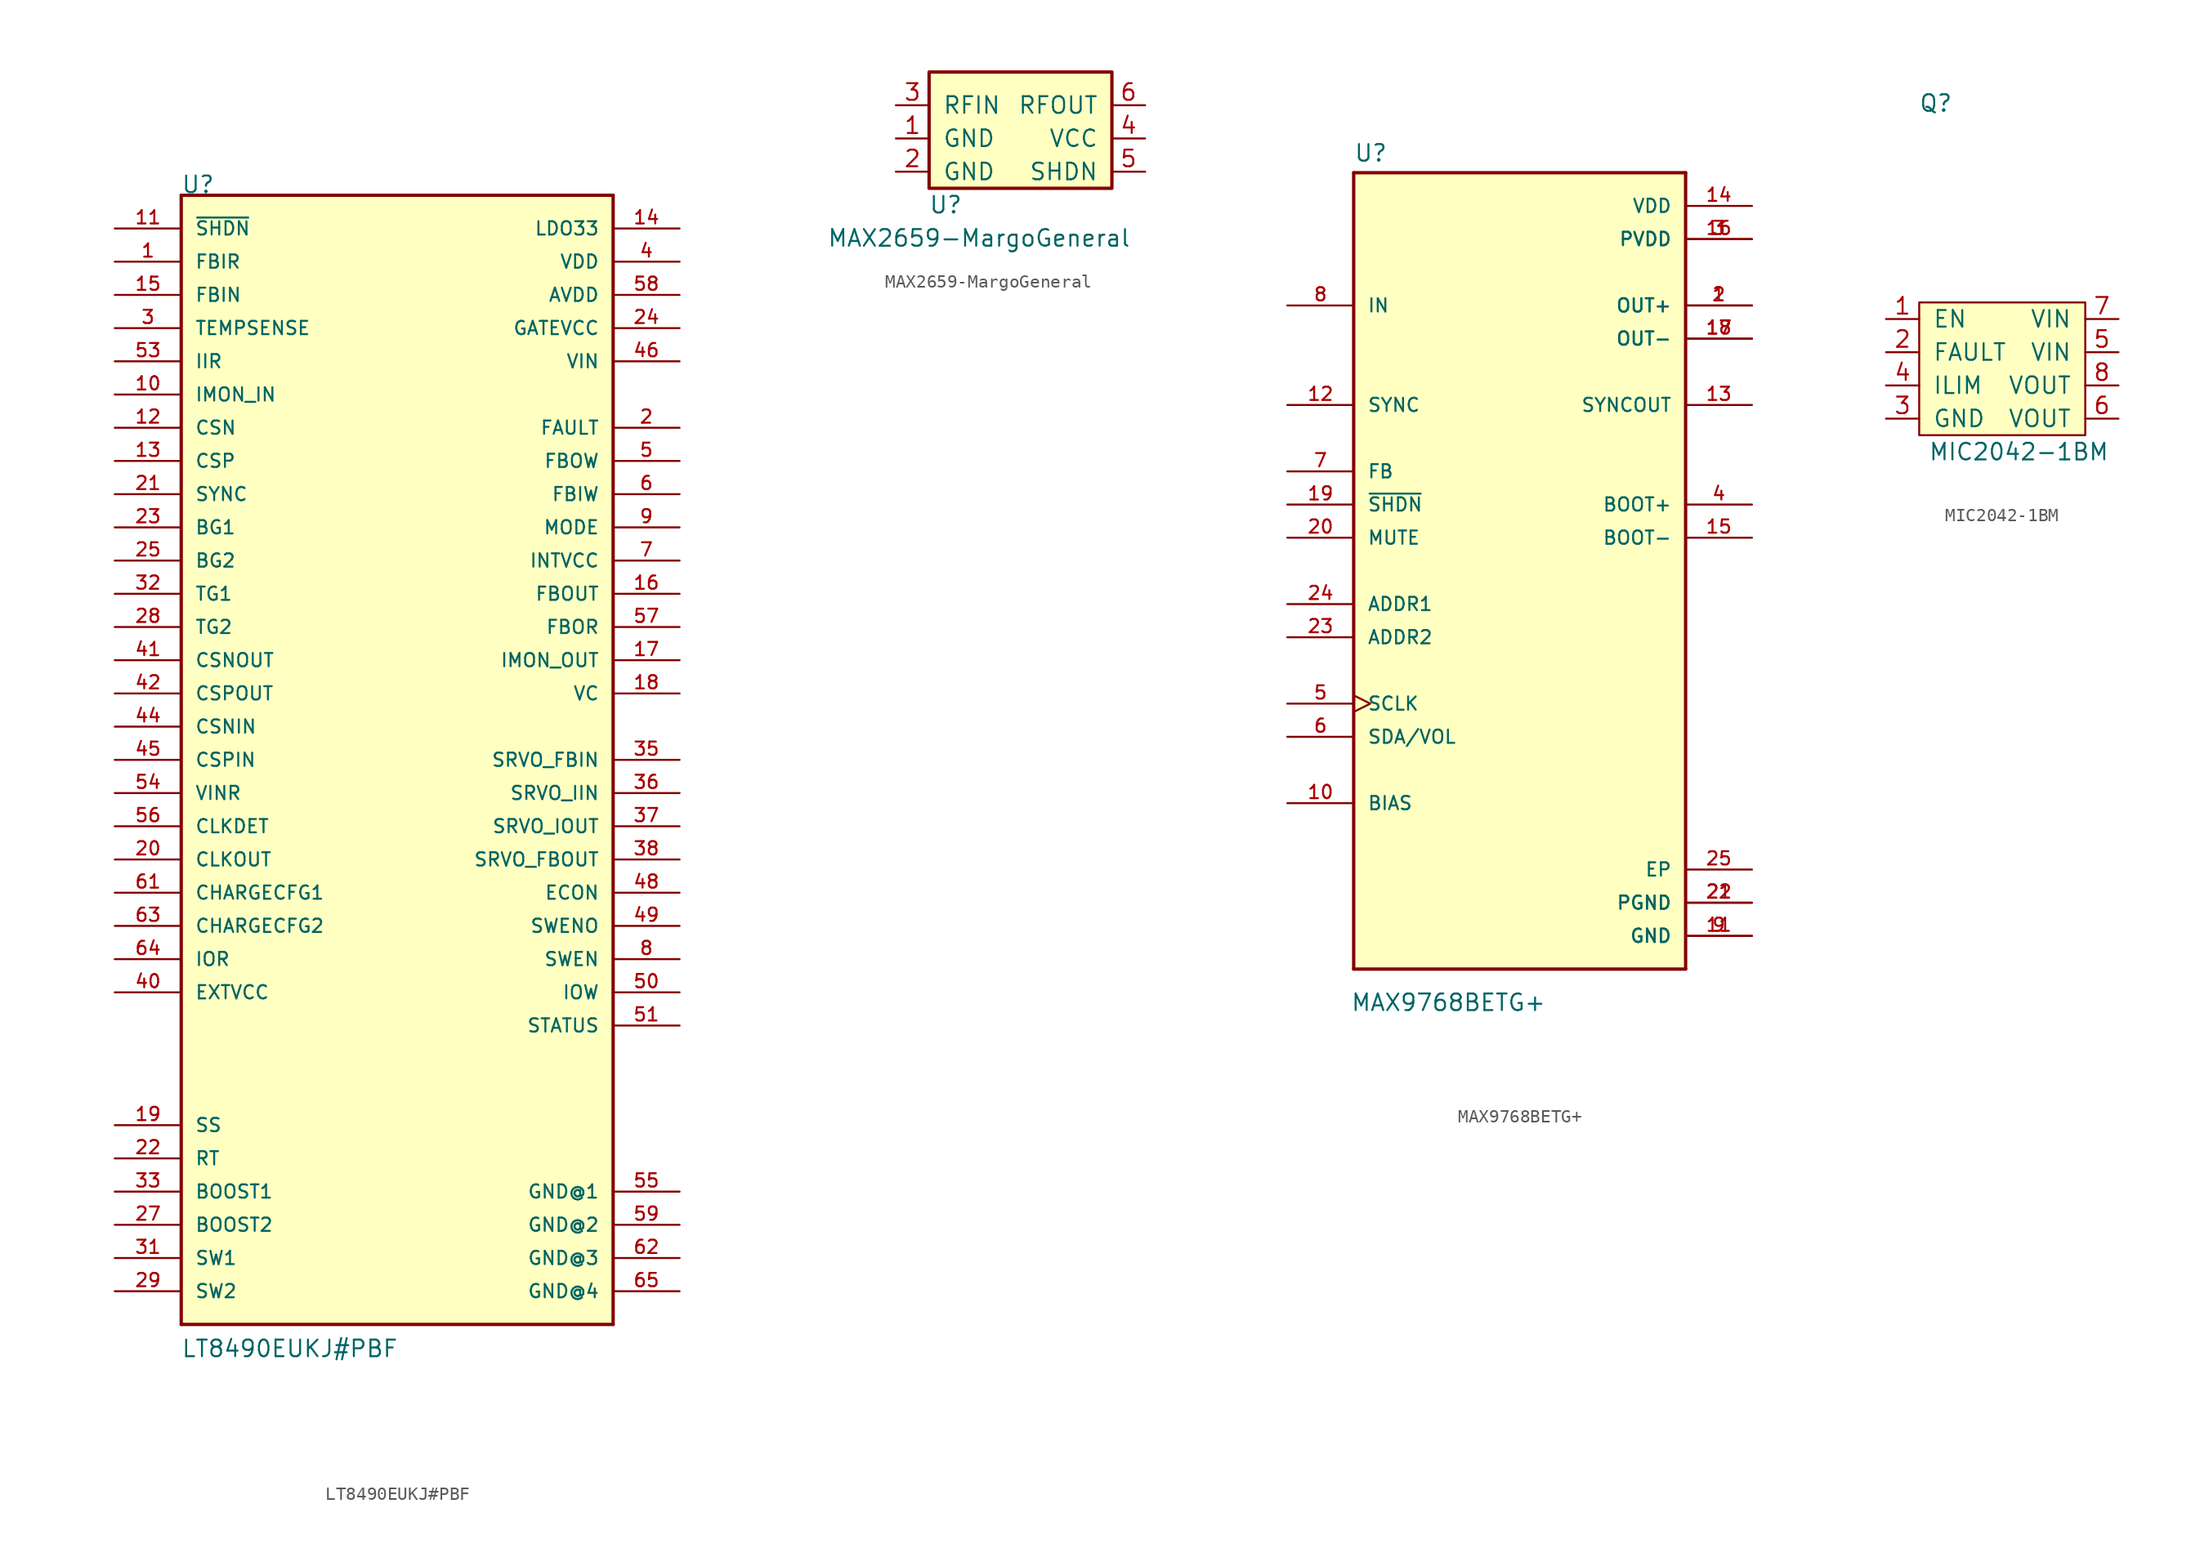
<source format=kicad_sym>
(kicad_symbol_lib
  (version 20211014)
  (generator kicad_symbol_editor)
  (symbol "LT8490EUKJ#PBF"
    (pin_names
      (offset 1.016))
    (property "Reference" "U"
      (at -15.265 40.716 0)
      (effects (font (size 1.27 1.27)) (justify left bottom)))
    (property "Value" "LT8490EUKJ#PBF"
      (at -15.265 -48.311 0)
      (effects (font (size 1.27 1.27)) (justify left bottom)))
    (property "ki_locked" ""
      (at 0 0 0)
      (effects (font (size 1.27 1.27))))
    (symbol "LT8490EUKJ#PBF_0_0"
      (polyline (pts (xy -15.24 -45.72) (xy -15.24 40.64)) (stroke (width 0.254) (type default) (color 0 0 0 0)) (fill (type none)))
      (polyline (pts (xy -15.24 40.64) (xy 17.78 40.64)) (stroke (width 0.254) (type default) (color 0 0 0 0)) (fill (type none)))
      (polyline (pts (xy 17.78 -45.72) (xy -15.24 -45.72)) (stroke (width 0.254) (type default) (color 0 0 0 0)) (fill (type none)))
      (polyline (pts (xy 17.78 40.64) (xy 17.78 -45.72)) (stroke (width 0.254) (type default) (color 0 0 0 0)) (fill (type none)))
      (pin input line (at -20.32 35.56 0) (length 5.08) (name "FBIR" (effects (font (size 1.016 1.016)))) (number "1" (effects (font (size 1.016 1.016)))))
      (pin input line (at -20.32 25.4 0) (length 5.08) (name "IMON_IN" (effects (font (size 1.016 1.016)))) (number "10" (effects (font (size 1.016 1.016)))))
      (pin input line (at -20.32 38.1 0) (length 5.08) (name "~{SHDN}" (effects (font (size 1.016 1.016)))) (number "11" (effects (font (size 1.016 1.016)))))
      (pin input line (at -20.32 22.86 0) (length 5.08) (name "CSN" (effects (font (size 1.016 1.016)))) (number "12" (effects (font (size 1.016 1.016)))))
      (pin input line (at -20.32 20.32 0) (length 5.08) (name "CSP" (effects (font (size 1.016 1.016)))) (number "13" (effects (font (size 1.016 1.016)))))
      (pin output line (at 22.86 38.1 180) (length 5.08) (name "LDO33" (effects (font (size 1.016 1.016)))) (number "14" (effects (font (size 1.016 1.016)))))
      (pin input line (at -20.32 33.02 0) (length 5.08) (name "FBIN" (effects (font (size 1.016 1.016)))) (number "15" (effects (font (size 1.016 1.016)))))
      (pin output line (at 22.86 10.16 180) (length 5.08) (name "FBOUT" (effects (font (size 1.016 1.016)))) (number "16" (effects (font (size 1.016 1.016)))))
      (pin output line (at 22.86 5.08 180) (length 5.08) (name "IMON_OUT" (effects (font (size 1.016 1.016)))) (number "17" (effects (font (size 1.016 1.016)))))
      (pin output line (at 22.86 2.54 180) (length 5.08) (name "VC" (effects (font (size 1.016 1.016)))) (number "18" (effects (font (size 1.016 1.016)))))
      (pin passive line (at -20.32 -30.48 0) (length 5.08) (name "SS" (effects (font (size 1.016 1.016)))) (number "19" (effects (font (size 1.016 1.016)))))
      (pin output line (at 22.86 22.86 180) (length 5.08) (name "FAULT" (effects (font (size 1.016 1.016)))) (number "2" (effects (font (size 1.016 1.016)))))
      (pin output line (at -20.32 -10.16 0) (length 5.08) (name "CLKOUT" (effects (font (size 1.016 1.016)))) (number "20" (effects (font (size 1.016 1.016)))))
      (pin input line (at -20.32 17.78 0) (length 5.08) (name "SYNC" (effects (font (size 1.016 1.016)))) (number "21" (effects (font (size 1.016 1.016)))))
      (pin passive line (at -20.32 -33.02 0) (length 5.08) (name "RT" (effects (font (size 1.016 1.016)))) (number "22" (effects (font (size 1.016 1.016)))))
      (pin input line (at -20.32 15.24 0) (length 5.08) (name "BG1" (effects (font (size 1.016 1.016)))) (number "23" (effects (font (size 1.016 1.016)))))
      (pin power_in line (at 22.86 30.48 180) (length 5.08) (name "GATEVCC" (effects (font (size 1.016 1.016)))) (number "24" (effects (font (size 1.016 1.016)))))
      (pin input line (at -20.32 12.7 0) (length 5.08) (name "BG2" (effects (font (size 1.016 1.016)))) (number "25" (effects (font (size 1.016 1.016)))))
      (pin passive line (at -20.32 -38.1 0) (length 5.08) (name "BOOST2" (effects (font (size 1.016 1.016)))) (number "27" (effects (font (size 1.016 1.016)))))
      (pin input line (at -20.32 7.62 0) (length 5.08) (name "TG2" (effects (font (size 1.016 1.016)))) (number "28" (effects (font (size 1.016 1.016)))))
      (pin passive line (at -20.32 -43.18 0) (length 5.08) (name "SW2" (effects (font (size 1.016 1.016)))) (number "29" (effects (font (size 1.016 1.016)))))
      (pin input line (at -20.32 30.48 0) (length 5.08) (name "TEMPSENSE" (effects (font (size 1.016 1.016)))) (number "3" (effects (font (size 1.016 1.016)))))
      (pin passive line (at -20.32 -40.64 0) (length 5.08) (name "SW1" (effects (font (size 1.016 1.016)))) (number "31" (effects (font (size 1.016 1.016)))))
      (pin input line (at -20.32 10.16 0) (length 5.08) (name "TG1" (effects (font (size 1.016 1.016)))) (number "32" (effects (font (size 1.016 1.016)))))
      (pin passive line (at -20.32 -35.56 0) (length 5.08) (name "BOOST1" (effects (font (size 1.016 1.016)))) (number "33" (effects (font (size 1.016 1.016)))))
      (pin output line (at 22.86 -2.54 180) (length 5.08) (name "SRVO_FBIN" (effects (font (size 1.016 1.016)))) (number "35" (effects (font (size 1.016 1.016)))))
      (pin output line (at 22.86 -5.08 180) (length 5.08) (name "SRVO_IIN" (effects (font (size 1.016 1.016)))) (number "36" (effects (font (size 1.016 1.016)))))
      (pin output line (at 22.86 -7.62 180) (length 5.08) (name "SRVO_IOUT" (effects (font (size 1.016 1.016)))) (number "37" (effects (font (size 1.016 1.016)))))
      (pin output line (at 22.86 -10.16 180) (length 5.08) (name "SRVO_FBOUT" (effects (font (size 1.016 1.016)))) (number "38" (effects (font (size 1.016 1.016)))))
      (pin power_in line (at 22.86 35.56 180) (length 5.08) (name "VDD" (effects (font (size 1.016 1.016)))) (number "4" (effects (font (size 1.016 1.016)))))
      (pin bidirectional line (at -20.32 -20.32 0) (length 5.08) (name "EXTVCC" (effects (font (size 1.016 1.016)))) (number "40" (effects (font (size 1.016 1.016)))))
      (pin input line (at -20.32 5.08 0) (length 5.08) (name "CSNOUT" (effects (font (size 1.016 1.016)))) (number "41" (effects (font (size 1.016 1.016)))))
      (pin input line (at -20.32 2.54 0) (length 5.08) (name "CSPOUT" (effects (font (size 1.016 1.016)))) (number "42" (effects (font (size 1.016 1.016)))))
      (pin input line (at -20.32 0 0) (length 5.08) (name "CSNIN" (effects (font (size 1.016 1.016)))) (number "44" (effects (font (size 1.016 1.016)))))
      (pin input line (at -20.32 -2.54 0) (length 5.08) (name "CSPIN" (effects (font (size 1.016 1.016)))) (number "45" (effects (font (size 1.016 1.016)))))
      (pin power_in line (at 22.86 27.94 180) (length 5.08) (name "VIN" (effects (font (size 1.016 1.016)))) (number "46" (effects (font (size 1.016 1.016)))))
      (pin output line (at 22.86 -12.7 180) (length 5.08) (name "ECON" (effects (font (size 1.016 1.016)))) (number "48" (effects (font (size 1.016 1.016)))))
      (pin output line (at 22.86 -15.24 180) (length 5.08) (name "SWENO" (effects (font (size 1.016 1.016)))) (number "49" (effects (font (size 1.016 1.016)))))
      (pin output line (at 22.86 20.32 180) (length 5.08) (name "FBOW" (effects (font (size 1.016 1.016)))) (number "5" (effects (font (size 1.016 1.016)))))
      (pin output line (at 22.86 -20.32 180) (length 5.08) (name "IOW" (effects (font (size 1.016 1.016)))) (number "50" (effects (font (size 1.016 1.016)))))
      (pin output line (at 22.86 -22.86 180) (length 5.08) (name "STATUS" (effects (font (size 1.016 1.016)))) (number "51" (effects (font (size 1.016 1.016)))))
      (pin input line (at -20.32 27.94 0) (length 5.08) (name "IIR" (effects (font (size 1.016 1.016)))) (number "53" (effects (font (size 1.016 1.016)))))
      (pin input line (at -20.32 -5.08 0) (length 5.08) (name "VINR" (effects (font (size 1.016 1.016)))) (number "54" (effects (font (size 1.016 1.016)))))
      (pin power_in line (at 22.86 -35.56 180) (length 5.08) (name "GND@1" (effects (font (size 1.016 1.016)))) (number "55" (effects (font (size 1.016 1.016)))))
      (pin input line (at -20.32 -7.62 0) (length 5.08) (name "CLKDET" (effects (font (size 1.016 1.016)))) (number "56" (effects (font (size 1.016 1.016)))))
      (pin input line (at 22.86 7.62 180) (length 5.08) (name "FBOR" (effects (font (size 1.016 1.016)))) (number "57" (effects (font (size 1.016 1.016)))))
      (pin power_in line (at 22.86 33.02 180) (length 5.08) (name "AVDD" (effects (font (size 1.016 1.016)))) (number "58" (effects (font (size 1.016 1.016)))))
      (pin power_in line (at 22.86 -38.1 180) (length 5.08) (name "GND@2" (effects (font (size 1.016 1.016)))) (number "59" (effects (font (size 1.016 1.016)))))
      (pin output line (at 22.86 17.78 180) (length 5.08) (name "FBIW" (effects (font (size 1.016 1.016)))) (number "6" (effects (font (size 1.016 1.016)))))
      (pin input line (at -20.32 -12.7 0) (length 5.08) (name "CHARGECFG1" (effects (font (size 1.016 1.016)))) (number "61" (effects (font (size 1.016 1.016)))))
      (pin power_in line (at 22.86 -40.64 180) (length 5.08) (name "GND@3" (effects (font (size 1.016 1.016)))) (number "62" (effects (font (size 1.016 1.016)))))
      (pin input line (at -20.32 -15.24 0) (length 5.08) (name "CHARGECFG2" (effects (font (size 1.016 1.016)))) (number "63" (effects (font (size 1.016 1.016)))))
      (pin bidirectional line (at -20.32 -17.78 0) (length 5.08) (name "IOR" (effects (font (size 1.016 1.016)))) (number "64" (effects (font (size 1.016 1.016)))))
      (pin power_in line (at 22.86 -43.18 180) (length 5.08) (name "GND@4" (effects (font (size 1.016 1.016)))) (number "65" (effects (font (size 1.016 1.016)))))
      (pin output line (at 22.86 12.7 180) (length 5.08) (name "INTVCC" (effects (font (size 1.016 1.016)))) (number "7" (effects (font (size 1.016 1.016)))))
      (pin passive line (at 22.86 -17.78 180) (length 5.08) (name "SWEN" (effects (font (size 1.016 1.016)))) (number "8" (effects (font (size 1.016 1.016)))))
      (pin input line (at 22.86 15.24 180) (length 5.08) (name "MODE" (effects (font (size 1.016 1.016)))) (number "9" (effects (font (size 1.016 1.016))))))
    (symbol "LT8490EUKJ#PBF_1_1"
      (rectangle (start -15.24 40.64) (end 17.78 -45.72) (stroke (width 0) (type default) (color 0 0 0 0)) (fill (type background)))))
  (symbol "MAX2659-MargoGeneral"
    (pin_names
      (offset 1.016))
    (property "Reference" "U"
      (at 1.27 -1.27 0)
      (effects (font (size 1.27 1.27))))
    (property "Value" "MAX2659-MargoGeneral"
      (at 3.81 -3.81 0)
      (effects (font (size 1.27 1.27))))
    (symbol "MAX2659-MargoGeneral_0_1"
      (rectangle (start 0 0) (end 13.97 8.89) (stroke (width 0.254) (type default) (color 0 0 0 0)) (fill (type background))))
    (symbol "MAX2659-MargoGeneral_1_1"
      (pin input line (at -2.54 3.81 0) (length 2.54) (name "GND" (effects (font (size 1.27 1.27)))) (number "1" (effects (font (size 1.27 1.27)))))
      (pin input line (at -2.54 1.27 0) (length 2.54) (name "GND" (effects (font (size 1.27 1.27)))) (number "2" (effects (font (size 1.27 1.27)))))
      (pin input line (at -2.54 6.35 0) (length 2.54) (name "RFIN" (effects (font (size 1.27 1.27)))) (number "3" (effects (font (size 1.27 1.27)))))
      (pin input line (at 16.51 3.81 180) (length 2.54) (name "VCC" (effects (font (size 1.27 1.27)))) (number "4" (effects (font (size 1.27 1.27)))))
      (pin input line (at 16.51 1.27 180) (length 2.54) (name "SHDN" (effects (font (size 1.27 1.27)))) (number "5" (effects (font (size 1.27 1.27)))))
      (pin input line (at 16.51 6.35 180) (length 2.54) (name "RFOUT" (effects (font (size 1.27 1.27)))) (number "6" (effects (font (size 1.27 1.27)))))))
  (symbol "MAX9768BETG+"
    (pin_names
      (offset 1.016))
    (property "Reference" "U"
      (at -12.7 31.242 0)
      (effects (font (size 1.27 1.27)) (justify left bottom)))
    (property "Value" "MAX9768BETG+"
      (at -12.954 -33.782 0)
      (effects (font (size 1.27 1.27)) (justify left bottom)))
    (property "ki_locked" ""
      (at 0 0 0)
      (effects (font (size 1.27 1.27))))
    (symbol "MAX9768BETG+_0_0"
      (polyline (pts (xy -12.7 -30.48) (xy 12.7 -30.48)) (stroke (width 0.254) (type default) (color 0 0 0 0)) (fill (type none)))
      (polyline (pts (xy -12.7 30.48) (xy -12.7 -30.48)) (stroke (width 0.254) (type default) (color 0 0 0 0)) (fill (type none)))
      (polyline (pts (xy 12.7 -30.48) (xy 12.7 30.48)) (stroke (width 0.254) (type default) (color 0 0 0 0)) (fill (type none)))
      (polyline (pts (xy 12.7 30.48) (xy -12.7 30.48)) (stroke (width 0.254) (type default) (color 0 0 0 0)) (fill (type none)))
      (pin output line (at 17.78 20.32 180) (length 5.08) (name "OUT+" (effects (font (size 1.016 1.016)))) (number "1" (effects (font (size 1.016 1.016)))))
      (pin passive line (at -17.78 -17.78 0) (length 5.08) (name "BIAS" (effects (font (size 1.016 1.016)))) (number "10" (effects (font (size 1.016 1.016)))))
      (pin power_in line (at 17.78 -27.94 180) (length 5.08) (name "GND" (effects (font (size 1.016 1.016)))) (number "11" (effects (font (size 1.016 1.016)))))
      (pin input line (at -17.78 12.7 0) (length 5.08) (name "SYNC" (effects (font (size 1.016 1.016)))) (number "12" (effects (font (size 1.016 1.016)))))
      (pin output line (at 17.78 12.7 180) (length 5.08) (name "SYNCOUT" (effects (font (size 1.016 1.016)))) (number "13" (effects (font (size 1.016 1.016)))))
      (pin power_in line (at 17.78 27.94 180) (length 5.08) (name "VDD" (effects (font (size 1.016 1.016)))) (number "14" (effects (font (size 1.016 1.016)))))
      (pin output line (at 17.78 2.54 180) (length 5.08) (name "BOOT-" (effects (font (size 1.016 1.016)))) (number "15" (effects (font (size 1.016 1.016)))))
      (pin power_in line (at 17.78 25.4 180) (length 5.08) (name "PVDD" (effects (font (size 1.016 1.016)))) (number "16" (effects (font (size 1.016 1.016)))))
      (pin output line (at 17.78 17.78 180) (length 5.08) (name "OUT-" (effects (font (size 1.016 1.016)))) (number "17" (effects (font (size 1.016 1.016)))))
      (pin output line (at 17.78 17.78 180) (length 5.08) (name "OUT-" (effects (font (size 1.016 1.016)))) (number "18" (effects (font (size 1.016 1.016)))))
      (pin input line (at -17.78 5.08 0) (length 5.08) (name "~{SHDN}" (effects (font (size 1.016 1.016)))) (number "19" (effects (font (size 1.016 1.016)))))
      (pin output line (at 17.78 20.32 180) (length 5.08) (name "OUT+" (effects (font (size 1.016 1.016)))) (number "2" (effects (font (size 1.016 1.016)))))
      (pin input line (at -17.78 2.54 0) (length 5.08) (name "MUTE" (effects (font (size 1.016 1.016)))) (number "20" (effects (font (size 1.016 1.016)))))
      (pin power_in line (at 17.78 -25.4 180) (length 5.08) (name "PGND" (effects (font (size 1.016 1.016)))) (number "21" (effects (font (size 1.016 1.016)))))
      (pin power_in line (at 17.78 -25.4 180) (length 5.08) (name "PGND" (effects (font (size 1.016 1.016)))) (number "22" (effects (font (size 1.016 1.016)))))
      (pin input line (at -17.78 -5.08 0) (length 5.08) (name "ADDR2" (effects (font (size 1.016 1.016)))) (number "23" (effects (font (size 1.016 1.016)))))
      (pin input line (at -17.78 -2.54 0) (length 5.08) (name "ADDR1" (effects (font (size 1.016 1.016)))) (number "24" (effects (font (size 1.016 1.016)))))
      (pin power_in line (at 17.78 -22.86 180) (length 5.08) (name "EP" (effects (font (size 1.016 1.016)))) (number "25" (effects (font (size 1.016 1.016)))))
      (pin power_in line (at 17.78 25.4 180) (length 5.08) (name "PVDD" (effects (font (size 1.016 1.016)))) (number "3" (effects (font (size 1.016 1.016)))))
      (pin output line (at 17.78 5.08 180) (length 5.08) (name "BOOT+" (effects (font (size 1.016 1.016)))) (number "4" (effects (font (size 1.016 1.016)))))
      (pin input clock (at -17.78 -10.16 0) (length 5.08) (name "SCLK" (effects (font (size 1.016 1.016)))) (number "5" (effects (font (size 1.016 1.016)))))
      (pin bidirectional line (at -17.78 -12.7 0) (length 5.08) (name "SDA/VOL" (effects (font (size 1.016 1.016)))) (number "6" (effects (font (size 1.016 1.016)))))
      (pin input line (at -17.78 7.62 0) (length 5.08) (name "FB" (effects (font (size 1.016 1.016)))) (number "7" (effects (font (size 1.016 1.016)))))
      (pin input line (at -17.78 20.32 0) (length 5.08) (name "IN" (effects (font (size 1.016 1.016)))) (number "8" (effects (font (size 1.016 1.016)))))
      (pin power_in line (at 17.78 -27.94 180) (length 5.08) (name "GND" (effects (font (size 1.016 1.016)))) (number "9" (effects (font (size 1.016 1.016))))))
    (symbol "MAX9768BETG+_1_1"
      (rectangle (start -12.7 -30.48) (end 12.7 30.48) (stroke (width 0) (type default) (color 0 0 0 0)) (fill (type background)))))
  (symbol "MIC2042-1BM"
    (pin_names
      (offset 1.016))
    (property "Reference" "Q"
      (at 1.27 25.4 0)
      (effects (font (size 1.27 1.27))))
    (property "Value" "MIC2042-1BM"
      (at 7.62 -1.27 0)
      (effects (font (size 1.27 1.27))))
    (symbol "MIC2042-1BM_0_1"
      (rectangle (start 0 0) (end 12.7 10.16) (stroke (width 0) (type default) (color 0 0 0 0)) (fill (type background))))
    (symbol "MIC2042-1BM_1_1"
      (pin input line (at -2.54 8.89 0) (length 2.54) (name "EN" (effects (font (size 1.27 1.27)))) (number "1" (effects (font (size 1.27 1.27)))))
      (pin input line (at -2.54 6.35 0) (length 2.54) (name "FAULT" (effects (font (size 1.27 1.27)))) (number "2" (effects (font (size 1.27 1.27)))))
      (pin input line (at -2.54 1.27 0) (length 2.54) (name "GND" (effects (font (size 1.27 1.27)))) (number "3" (effects (font (size 1.27 1.27)))))
      (pin input line (at -2.54 3.81 0) (length 2.54) (name "ILIM" (effects (font (size 1.27 1.27)))) (number "4" (effects (font (size 1.27 1.27)))))
      (pin input line (at 15.24 6.35 180) (length 2.54) (name "VIN" (effects (font (size 1.27 1.27)))) (number "5" (effects (font (size 1.27 1.27)))))
      (pin input line (at 15.24 1.27 180) (length 2.54) (name "VOUT" (effects (font (size 1.27 1.27)))) (number "6" (effects (font (size 1.27 1.27)))))
      (pin input line (at 15.24 8.89 180) (length 2.54) (name "VIN" (effects (font (size 1.27 1.27)))) (number "7" (effects (font (size 1.27 1.27)))))
      (pin input line (at 15.24 3.81 180) (length 2.54) (name "VOUT" (effects (font (size 1.27 1.27)))) (number "8" (effects (font (size 1.27 1.27))))))))
</source>
